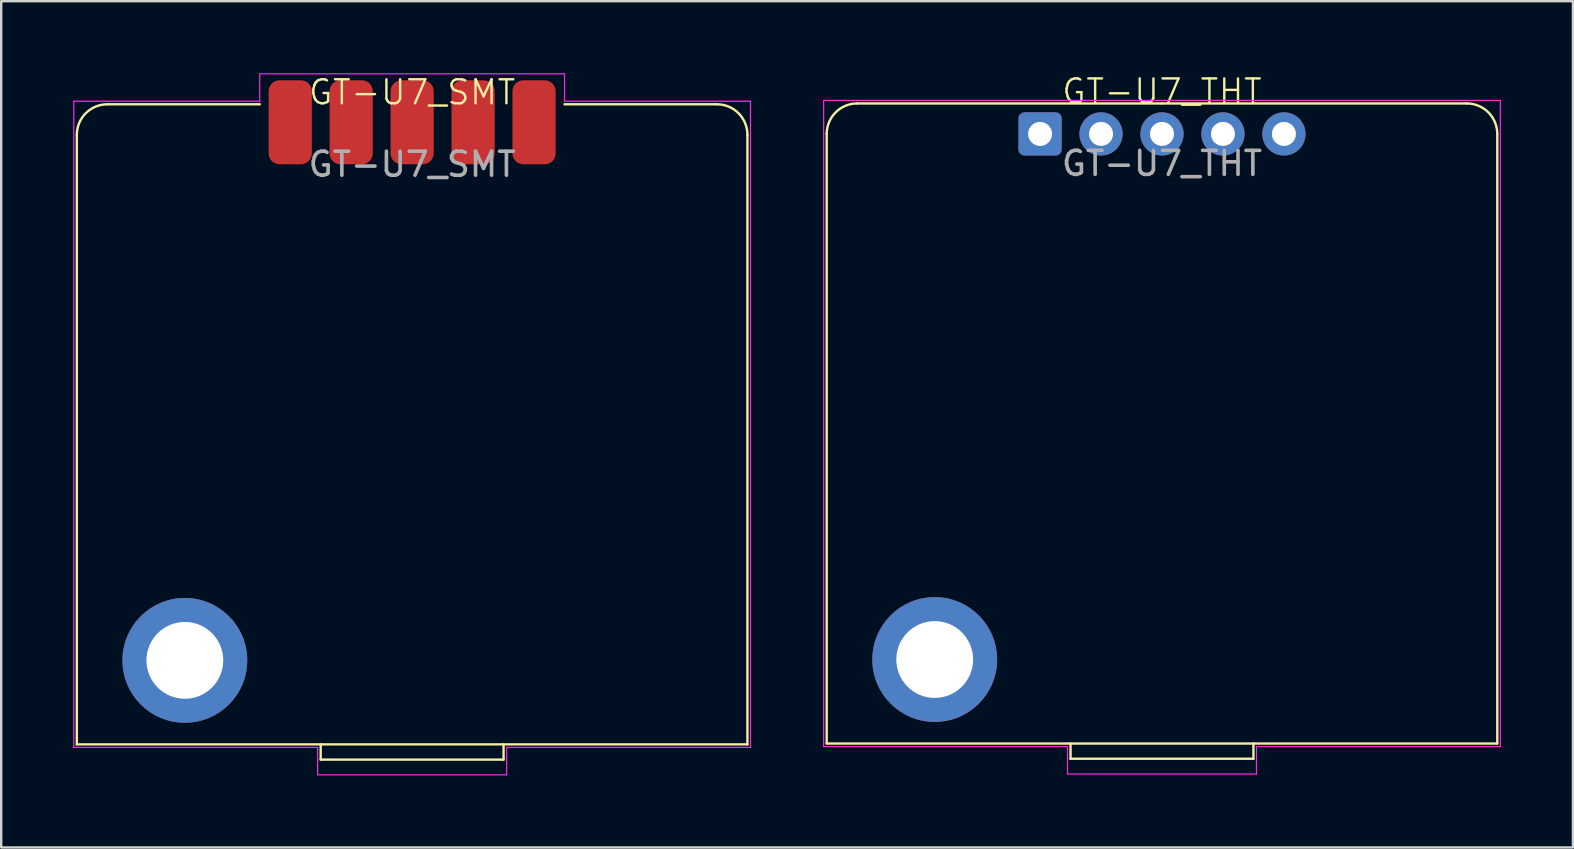
<source format=kicad_pcb>
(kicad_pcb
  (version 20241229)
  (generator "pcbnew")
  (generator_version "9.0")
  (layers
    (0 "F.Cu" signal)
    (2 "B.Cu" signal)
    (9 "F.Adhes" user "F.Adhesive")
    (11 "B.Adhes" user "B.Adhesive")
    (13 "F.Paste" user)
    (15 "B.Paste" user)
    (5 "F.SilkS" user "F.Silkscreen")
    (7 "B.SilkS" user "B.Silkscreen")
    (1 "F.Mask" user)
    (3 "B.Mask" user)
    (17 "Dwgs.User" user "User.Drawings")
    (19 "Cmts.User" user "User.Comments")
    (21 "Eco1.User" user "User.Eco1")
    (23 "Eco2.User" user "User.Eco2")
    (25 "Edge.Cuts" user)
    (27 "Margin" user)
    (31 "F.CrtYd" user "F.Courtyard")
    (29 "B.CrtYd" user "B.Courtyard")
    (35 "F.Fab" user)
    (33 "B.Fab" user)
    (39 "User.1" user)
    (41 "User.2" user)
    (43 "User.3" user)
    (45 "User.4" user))
  (footprint "GT-U7_SMT"
    (layer "F.Cu")
    (at 14.122 1.295)
    (property "Reference" "GT-U7_SMT" (at 0 -0.5 0) (unlocked yes) (layer "F.SilkS") (effects (font (size 1 1) (thickness 0.1))))
    (attr smd)
    (fp_line (start -13.97 1.27) (end -13.97 26.67) (stroke (width 0.1) (type default)) (layer "F.SilkS"))
    (fp_line (start -13.97 26.67) (end 13.97 26.67) (stroke (width 0.1) (type default)) (layer "F.SilkS"))
    (fp_line (start -6.35 0) (end -12.7 0) (stroke (width 0.1) (type default)) (layer "F.SilkS"))
    (fp_line (start -3.81 26.67) (end -3.81 27.305) (stroke (width 0.1) (type default)) (layer "F.SilkS"))
    (fp_line (start -3.81 27.305) (end 3.81 27.305) (stroke (width 0.1) (type default)) (layer "F.SilkS"))
    (fp_line (start 3.81 27.305) (end 3.81 26.67) (stroke (width 0.1) (type default)) (layer "F.SilkS"))
    (fp_line (start 6.35 0) (end 12.7 0) (stroke (width 0.1) (type default)) (layer "F.SilkS"))
    (fp_line (start 13.97 1.27) (end 13.97 26.67) (stroke (width 0.1) (type default)) (layer "F.SilkS"))
    (fp_arc (start -13.97 1.27) (mid -13.598026 0.371974) (end -12.7 0) (stroke (width 0.1) (type default)) (layer "F.SilkS"))
    (fp_arc (start 12.7 0) (mid 13.598026 0.371974) (end 13.97 1.27) (stroke (width 0.1) (type default)) (layer "F.SilkS"))
    (fp_line (start -14.097 -0.127) (end -6.35 -0.127) (stroke (width 0.05) (type default)) (layer "F.CrtYd"))
    (fp_line (start -14.097 26.797) (end -14.097 -0.127) (stroke (width 0.05) (type default)) (layer "F.CrtYd"))
    (fp_line (start -6.35 -1.27) (end 6.35 -1.27) (stroke (width 0.05) (type default)) (layer "F.CrtYd"))
    (fp_line (start -6.35 -0.127) (end -6.35 -1.27) (stroke (width 0.05) (type default)) (layer "F.CrtYd"))
    (fp_line (start -3.937 26.797) (end -14.097 26.797) (stroke (width 0.05) (type default)) (layer "F.CrtYd"))
    (fp_line (start -3.937 27.94) (end -3.937 26.797) (stroke (width 0.05) (type default)) (layer "F.CrtYd"))
    (fp_line (start 3.937 26.797) (end 3.937 27.94) (stroke (width 0.05) (type default)) (layer "F.CrtYd"))
    (fp_line (start 3.937 27.94) (end -3.937 27.94) (stroke (width 0.05) (type default)) (layer "F.CrtYd"))
    (fp_line (start 6.35 -1.27) (end 6.35 -0.127) (stroke (width 0.05) (type default)) (layer "F.CrtYd"))
    (fp_line (start 6.35 -0.127) (end 14.097 -0.127) (stroke (width 0.05) (type default)) (layer "F.CrtYd"))
    (fp_line (start 14.097 -0.127) (end 14.097 26.797) (stroke (width 0.05) (type default)) (layer "F.CrtYd"))
    (fp_line (start 14.097 26.797) (end 3.937 26.797) (stroke (width 0.05) (type default)) (layer "F.CrtYd"))
    (fp_text user "${REFERENCE}" (at 0 2.5 0) (unlocked yes) (layer "F.Fab") (effects (font (size 1 1) (thickness 0.15))))
    (pad "" thru_hole circle (at -9.47 23.17) (size 5.2 5.2) (drill 3.2) (layers "*.Cu" "*.Mask"))
    (pad "1" smd roundrect (at -5.08 0) (size 1.8 3.5) (drill (offset 0 0.75)) (layers "F.Cu" "F.Mask" "F.Paste") (roundrect_rratio 0.25))
    (pad "2" smd roundrect (at -2.54 0) (size 1.8 3.5) (drill (offset 0 0.75)) (layers "F.Cu" "F.Mask" "F.Paste") (roundrect_rratio 0.25))
    (pad "3" smd roundrect (at 0 0) (size 1.8 3.5) (drill (offset 0 0.75)) (layers "F.Cu" "F.Mask" "F.Paste") (roundrect_rratio 0.25))
    (pad "4" smd roundrect (at 2.54 0) (size 1.8 3.5) (drill (offset 0 0.75)) (layers "F.Cu" "F.Mask" "F.Paste") (roundrect_rratio 0.25))
    (pad "5" smd roundrect (at 5.08 0) (size 1.8 3.5) (drill (offset 0 0.75)) (layers "F.Cu" "F.Mask" "F.Paste") (roundrect_rratio 0.25)))
  (footprint "GT-U7_THT"
    (layer "F.Cu")
    (at 45.366 1.26)
    (property "Reference" "GT-U7_THT" (at 0 -0.5 0) (unlocked yes) (layer "F.SilkS") (effects (font (size 1 1) (thickness 0.1))))
    (attr smd)
    (fp_line (start -13.97 1.27) (end -13.97 26.67) (stroke (width 0.1) (type default)) (layer "F.SilkS"))
    (fp_line (start -13.97 26.67) (end 13.97 26.67) (stroke (width 0.1) (type default)) (layer "F.SilkS"))
    (fp_line (start -3.81 26.67) (end -3.81 27.305) (stroke (width 0.1) (type default)) (layer "F.SilkS"))
    (fp_line (start -3.81 27.305) (end 3.81 27.305) (stroke (width 0.1) (type default)) (layer "F.SilkS"))
    (fp_line (start 0 0) (end -12.7 0) (stroke (width 0.1) (type default)) (layer "F.SilkS"))
    (fp_line (start 0 0) (end 12.7 0) (stroke (width 0.1) (type default)) (layer "F.SilkS"))
    (fp_line (start 3.81 27.305) (end 3.81 26.67) (stroke (width 0.1) (type default)) (layer "F.SilkS"))
    (fp_line (start 13.97 1.27) (end 13.97 26.67) (stroke (width 0.1) (type default)) (layer "F.SilkS"))
    (fp_arc (start -13.97 1.27) (mid -13.598026 0.371974) (end -12.7 0) (stroke (width 0.1) (type default)) (layer "F.SilkS"))
    (fp_arc (start 12.7 0) (mid 13.598026 0.371974) (end 13.97 1.27) (stroke (width 0.1) (type default)) (layer "F.SilkS"))
    (fp_line (start -14.097 -0.127) (end 0 -0.127) (stroke (width 0.05) (type default)) (layer "F.CrtYd"))
    (fp_line (start -14.097 26.797) (end -14.097 -0.127) (stroke (width 0.05) (type default)) (layer "F.CrtYd"))
    (fp_line (start -3.937 26.797) (end -14.097 26.797) (stroke (width 0.05) (type default)) (layer "F.CrtYd"))
    (fp_line (start -3.937 27.94) (end -3.937 26.797) (stroke (width 0.05) (type default)) (layer "F.CrtYd"))
    (fp_line (start 0 -0.127) (end 14.097 -0.127) (stroke (width 0.05) (type default)) (layer "F.CrtYd"))
    (fp_line (start 3.937 26.797) (end 3.937 27.94) (stroke (width 0.05) (type default)) (layer "F.CrtYd"))
    (fp_line (start 3.937 27.94) (end -3.937 27.94) (stroke (width 0.05) (type default)) (layer "F.CrtYd"))
    (fp_line (start 14.097 -0.127) (end 14.097 26.797) (stroke (width 0.05) (type default)) (layer "F.CrtYd"))
    (fp_line (start 14.097 26.797) (end 3.937 26.797) (stroke (width 0.05) (type default)) (layer "F.CrtYd"))
    (fp_text user "${REFERENCE}" (at 0 2.5 0) (unlocked yes) (layer "F.Fab") (effects (font (size 1 1) (thickness 0.15))))
    (pad "" thru_hole circle (at -9.47 23.17) (size 5.2 5.2) (drill 3.2) (layers "*.Cu" "*.Mask"))
    (pad "1" thru_hole roundrect (at -5.08 1.27) (size 1.8 1.8) (drill 1) (layers "*.Cu" "*.Mask") (roundrect_rratio 0.139))
    (pad "2" thru_hole circle (at -2.54 1.27) (size 1.8 1.8) (drill 1) (layers "*.Cu" "*.Mask"))
    (pad "3" thru_hole circle (at 0 1.27) (size 1.8 1.8) (drill 1) (layers "*.Cu" "*.Mask"))
    (pad "4" thru_hole circle (at 2.54 1.27) (size 1.8 1.8) (drill 1) (layers "*.Cu" "*.Mask"))
    (pad "5" thru_hole circle (at 5.08 1.27) (size 1.8 1.8) (drill 1) (layers "*.Cu" "*.Mask")))
  (gr_rect
    (start -3 -3)
    (end 62.488 32.26)
    (stroke (width 0.1) (type default))
    (fill no)
    (layer "Edge.Cuts")))
</source>
